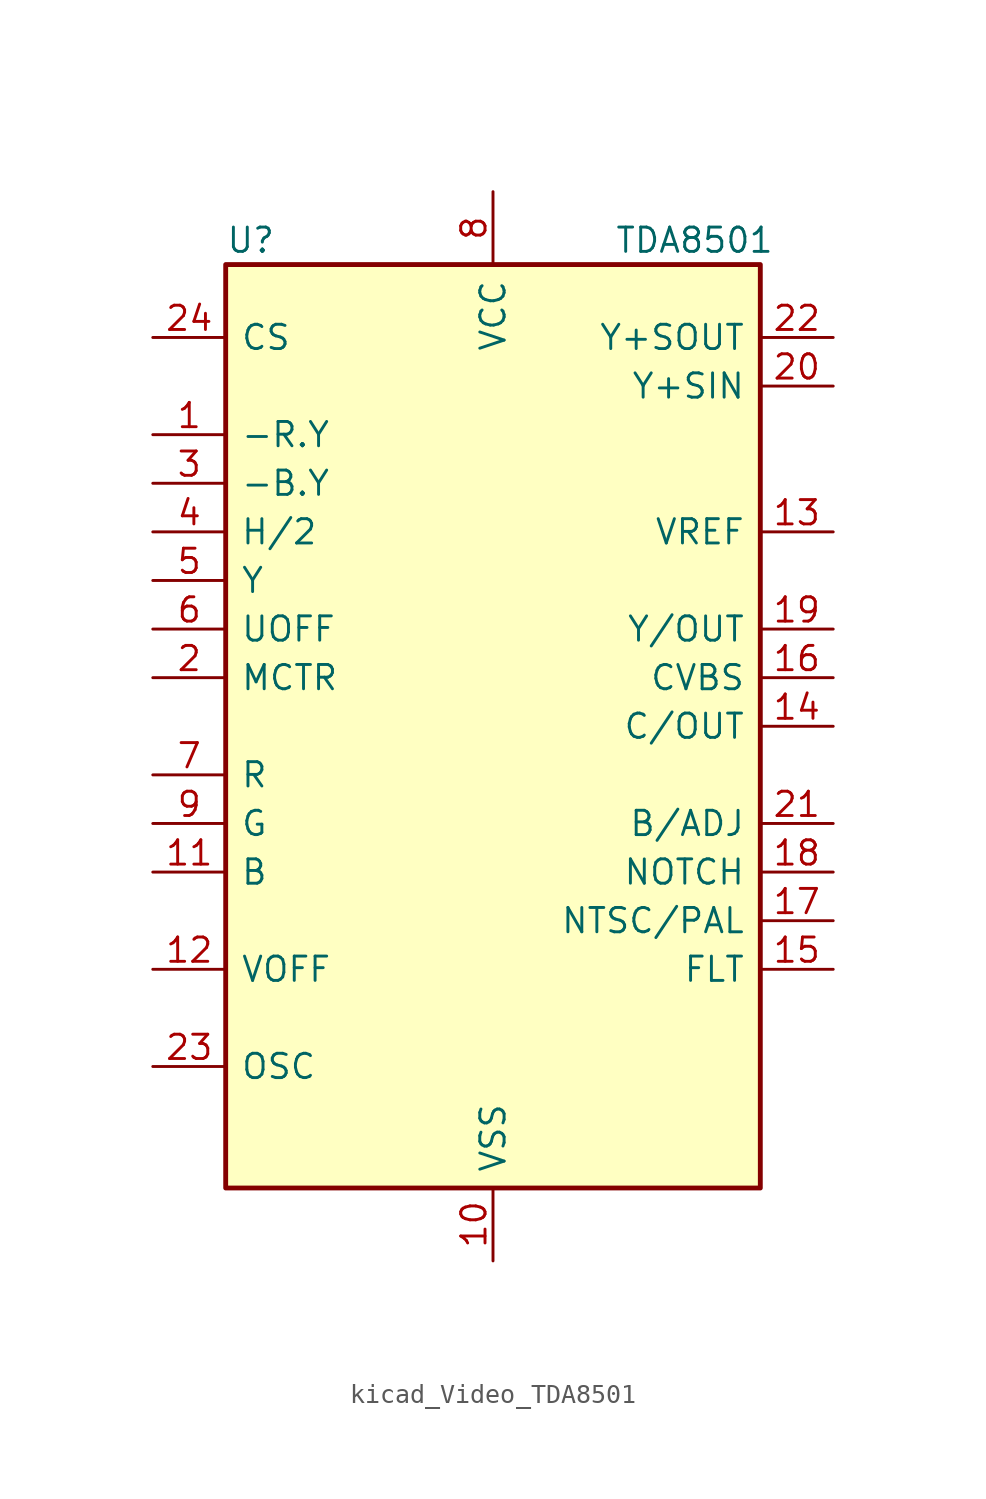
<source format=kicad_sym>
(kicad_symbol_lib
  (version 20220914)
  (generator kicad_symbol_editor)
  (symbol "kicad_Video_TDA8501"
    (pin_names
      (offset 0.762))
    (property "Reference" "U"
      (at -13.97 25.4 0)
      (effects (font (size 1.27 1.27)) (justify left)))
    (property "Value" "TDA8501"
      (at 6.35 25.4 0)
      (effects (font (size 1.27 1.27)) (justify left)))
    (symbol "kicad_Video_TDA8501_0_1"
      (rectangle (start -13.97 24.13) (end 13.97 -24.13) (stroke (width 0.254) (type default)) (fill (type background))))
    (symbol "kicad_Video_TDA8501_1_1"
      (pin input line (at -17.78 15.24 0) (length 3.81) (name "-R.Y" (effects (font (size 1.27 1.27)))) (number "1" (effects (font (size 1.27 1.27)))))
      (pin power_in line (at 0 -27.94 90) (length 3.81) (name "VSS" (effects (font (size 1.27 1.27)))) (number "10" (effects (font (size 1.27 1.27)))))
      (pin input line (at -17.78 -7.62 0) (length 3.81) (name "B" (effects (font (size 1.27 1.27)))) (number "11" (effects (font (size 1.27 1.27)))))
      (pin output line (at -17.78 -12.7 0) (length 3.81) (name "VOFF" (effects (font (size 1.27 1.27)))) (number "12" (effects (font (size 1.27 1.27)))))
      (pin passive line (at 17.78 10.16 180) (length 3.81) (name "VREF" (effects (font (size 1.27 1.27)))) (number "13" (effects (font (size 1.27 1.27)))))
      (pin output line (at 17.78 0 180) (length 3.81) (name "C/OUT" (effects (font (size 1.27 1.27)))) (number "14" (effects (font (size 1.27 1.27)))))
      (pin passive line (at 17.78 -12.7 180) (length 3.81) (name "FLT" (effects (font (size 1.27 1.27)))) (number "15" (effects (font (size 1.27 1.27)))))
      (pin output line (at 17.78 2.54 180) (length 3.81) (name "CVBS" (effects (font (size 1.27 1.27)))) (number "16" (effects (font (size 1.27 1.27)))))
      (pin input line (at 17.78 -10.16 180) (length 3.81) (name "NTSC/PAL" (effects (font (size 1.27 1.27)))) (number "17" (effects (font (size 1.27 1.27)))))
      (pin input line (at 17.78 -7.62 180) (length 3.81) (name "NOTCH" (effects (font (size 1.27 1.27)))) (number "18" (effects (font (size 1.27 1.27)))))
      (pin output line (at 17.78 5.08 180) (length 3.81) (name "Y/OUT" (effects (font (size 1.27 1.27)))) (number "19" (effects (font (size 1.27 1.27)))))
      (pin input line (at -17.78 2.54 0) (length 3.81) (name "MCTR" (effects (font (size 1.27 1.27)))) (number "2" (effects (font (size 1.27 1.27)))))
      (pin input line (at 17.78 17.78 180) (length 3.81) (name "Y+SIN" (effects (font (size 1.27 1.27)))) (number "20" (effects (font (size 1.27 1.27)))))
      (pin passive line (at 17.78 -5.08 180) (length 3.81) (name "B/ADJ" (effects (font (size 1.27 1.27)))) (number "21" (effects (font (size 1.27 1.27)))))
      (pin output line (at 17.78 20.32 180) (length 3.81) (name "Y+SOUT" (effects (font (size 1.27 1.27)))) (number "22" (effects (font (size 1.27 1.27)))))
      (pin output line (at -17.78 -17.78 0) (length 3.81) (name "OSC" (effects (font (size 1.27 1.27)))) (number "23" (effects (font (size 1.27 1.27)))))
      (pin input line (at -17.78 20.32 0) (length 3.81) (name "CS" (effects (font (size 1.27 1.27)))) (number "24" (effects (font (size 1.27 1.27)))))
      (pin input line (at -17.78 12.7 0) (length 3.81) (name "-B.Y" (effects (font (size 1.27 1.27)))) (number "3" (effects (font (size 1.27 1.27)))))
      (pin bidirectional line (at -17.78 10.16 0) (length 3.81) (name "H/2" (effects (font (size 1.27 1.27)))) (number "4" (effects (font (size 1.27 1.27)))))
      (pin input line (at -17.78 7.62 0) (length 3.81) (name "Y" (effects (font (size 1.27 1.27)))) (number "5" (effects (font (size 1.27 1.27)))))
      (pin output line (at -17.78 5.08 0) (length 3.81) (name "UOFF" (effects (font (size 1.27 1.27)))) (number "6" (effects (font (size 1.27 1.27)))))
      (pin input line (at -17.78 -2.54 0) (length 3.81) (name "R" (effects (font (size 1.27 1.27)))) (number "7" (effects (font (size 1.27 1.27)))))
      (pin power_in line (at 0 27.94 270) (length 3.81) (name "VCC" (effects (font (size 1.27 1.27)))) (number "8" (effects (font (size 1.27 1.27)))))
      (pin input line (at -17.78 -5.08 0) (length 3.81) (name "G" (effects (font (size 1.27 1.27)))) (number "9" (effects (font (size 1.27 1.27))))))))
</source>
